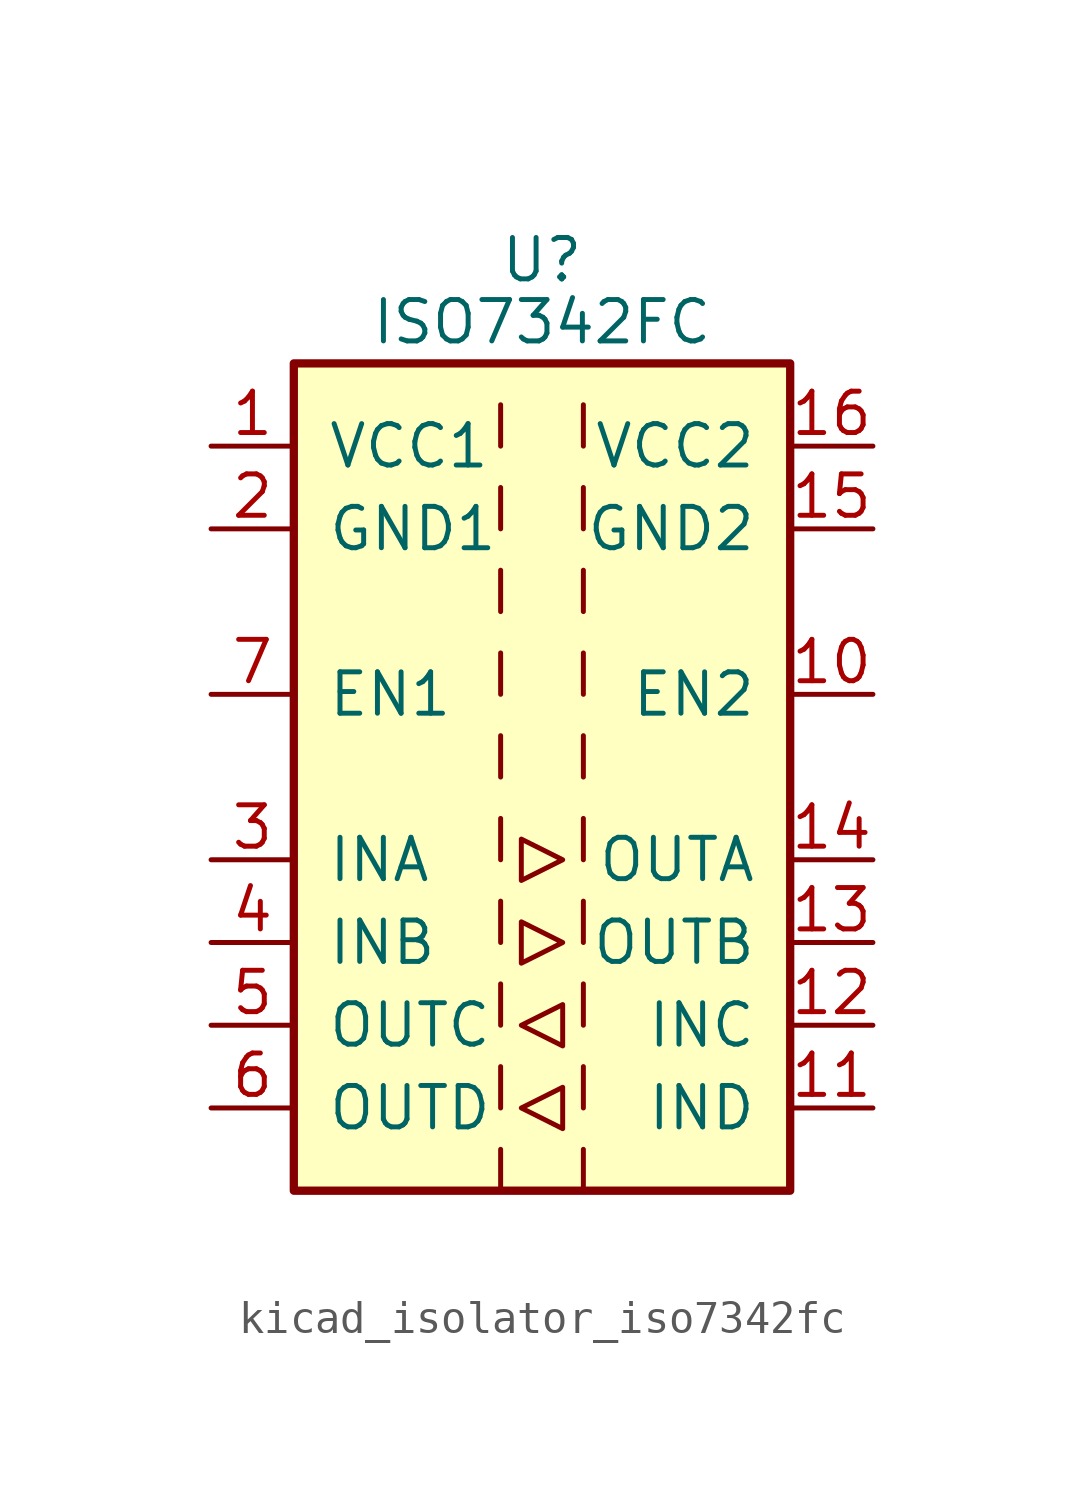
<source format=kicad_sym>
(kicad_symbol_lib
  (version 20220914)
  (generator kicad_symbol_editor)
  (symbol "kicad_isolator_iso7342fc"
    (pin_names
      (offset 1.016))
    (property "Reference" "U"
      (at 0 15.875 0)
      (effects (font (size 1.27 1.27))))
    (property "Value" "ISO7342FC"
      (at 0 13.97 0)
      (effects (font (size 1.27 1.27))))
    (symbol "kicad_isolator_iso7342fc_0_1"
      (rectangle (start -7.62 12.7) (end 7.62 -12.7) (stroke (width 0.254) (type default)) (fill (type background)))
      (polyline (pts (xy -1.27 -11.43) (xy -1.27 -12.7)) (stroke (width 0) (type default)) (fill (type none)))
      (polyline (pts (xy -1.27 -8.89) (xy -1.27 -10.16)) (stroke (width 0) (type default)) (fill (type none)))
      (polyline (pts (xy -1.27 -6.35) (xy -1.27 -7.62)) (stroke (width 0) (type default)) (fill (type none)))
      (polyline (pts (xy -1.27 -3.81) (xy -1.27 -5.08)) (stroke (width 0) (type default)) (fill (type none)))
      (polyline (pts (xy -1.27 -1.27) (xy -1.27 -2.54)) (stroke (width 0) (type default)) (fill (type none)))
      (polyline (pts (xy -1.27 1.27) (xy -1.27 0)) (stroke (width 0) (type default)) (fill (type none)))
      (polyline (pts (xy -1.27 3.81) (xy -1.27 2.54)) (stroke (width 0) (type default)) (fill (type none)))
      (polyline (pts (xy -1.27 6.35) (xy -1.27 5.08)) (stroke (width 0) (type default)) (fill (type none)))
      (polyline (pts (xy -1.27 8.89) (xy -1.27 7.62)) (stroke (width 0) (type default)) (fill (type none)))
      (polyline (pts (xy -1.27 11.43) (xy -1.27 10.16)) (stroke (width 0) (type default)) (fill (type none)))
      (polyline (pts (xy 1.27 -11.43) (xy 1.27 -12.7)) (stroke (width 0) (type default)) (fill (type none)))
      (polyline (pts (xy 1.27 -8.89) (xy 1.27 -10.16)) (stroke (width 0) (type default)) (fill (type none)))
      (polyline (pts (xy 1.27 -6.35) (xy 1.27 -7.62)) (stroke (width 0) (type default)) (fill (type none)))
      (polyline (pts (xy 1.27 -3.81) (xy 1.27 -5.08)) (stroke (width 0) (type default)) (fill (type none)))
      (polyline (pts (xy 1.27 -1.27) (xy 1.27 -2.54)) (stroke (width 0) (type default)) (fill (type none)))
      (polyline (pts (xy 1.27 1.27) (xy 1.27 0)) (stroke (width 0) (type default)) (fill (type none)))
      (polyline (pts (xy 1.27 3.81) (xy 1.27 2.54)) (stroke (width 0) (type default)) (fill (type none)))
      (polyline (pts (xy 1.27 6.35) (xy 1.27 5.08)) (stroke (width 0) (type default)) (fill (type none)))
      (polyline (pts (xy 1.27 8.89) (xy 1.27 7.62)) (stroke (width 0) (type default)) (fill (type none)))
      (polyline (pts (xy 1.27 11.43) (xy 1.27 10.16)) (stroke (width 0) (type default)) (fill (type none)))
      (polyline (pts (xy -0.635 -10.16) (xy 0.635 -9.525) (xy 0.635 -10.795) (xy -0.635 -10.16)) (stroke (width 0) (type default)) (fill (type none)))
      (polyline (pts (xy -0.635 -7.62) (xy 0.635 -6.985) (xy 0.635 -8.255) (xy -0.635 -7.62)) (stroke (width 0) (type default)) (fill (type none)))
      (polyline (pts (xy -0.635 -4.445) (xy -0.635 -5.715) (xy 0.635 -5.08) (xy -0.635 -4.445)) (stroke (width 0) (type default)) (fill (type none)))
      (polyline (pts (xy -0.635 -1.905) (xy -0.635 -3.175) (xy 0.635 -2.54) (xy -0.635 -1.905)) (stroke (width 0) (type default)) (fill (type none))))
    (symbol "kicad_isolator_iso7342fc_1_1"
      (pin power_in line (at -10.16 10.16 0) (length 2.54) (name "VCC1" (effects (font (size 1.27 1.27)))) (number "1" (effects (font (size 1.27 1.27)))))
      (pin input line (at 10.16 2.54 180) (length 2.54) (name "EN2" (effects (font (size 1.27 1.27)))) (number "10" (effects (font (size 1.27 1.27)))))
      (pin input line (at 10.16 -10.16 180) (length 2.54) (name "IND" (effects (font (size 1.27 1.27)))) (number "11" (effects (font (size 1.27 1.27)))))
      (pin input line (at 10.16 -7.62 180) (length 2.54) (name "INC" (effects (font (size 1.27 1.27)))) (number "12" (effects (font (size 1.27 1.27)))))
      (pin output line (at 10.16 -5.08 180) (length 2.54) (name "OUTB" (effects (font (size 1.27 1.27)))) (number "13" (effects (font (size 1.27 1.27)))))
      (pin output line (at 10.16 -2.54 180) (length 2.54) (name "OUTA" (effects (font (size 1.27 1.27)))) (number "14" (effects (font (size 1.27 1.27)))))
      (pin power_in line (at 10.16 7.62 180) (length 2.54) (name "GND2" (effects (font (size 1.27 1.27)))) (number "15" (effects (font (size 1.27 1.27)))))
      (pin power_in line (at 10.16 10.16 180) (length 2.54) (name "VCC2" (effects (font (size 1.27 1.27)))) (number "16" (effects (font (size 1.27 1.27)))))
      (pin power_in line (at -10.16 7.62 0) (length 2.54) (name "GND1" (effects (font (size 1.27 1.27)))) (number "2" (effects (font (size 1.27 1.27)))))
      (pin input line (at -10.16 -2.54 0) (length 2.54) (name "INA" (effects (font (size 1.27 1.27)))) (number "3" (effects (font (size 1.27 1.27)))))
      (pin input line (at -10.16 -5.08 0) (length 2.54) (name "INB" (effects (font (size 1.27 1.27)))) (number "4" (effects (font (size 1.27 1.27)))))
      (pin output line (at -10.16 -7.62 0) (length 2.54) (name "OUTC" (effects (font (size 1.27 1.27)))) (number "5" (effects (font (size 1.27 1.27)))))
      (pin output line (at -10.16 -10.16 0) (length 2.54) (name "OUTD" (effects (font (size 1.27 1.27)))) (number "6" (effects (font (size 1.27 1.27)))))
      (pin input line (at -10.16 2.54 0) (length 2.54) (name "EN1" (effects (font (size 1.27 1.27)))) (number "7" (effects (font (size 1.27 1.27)))))
      (pin passive line (at -10.16 7.62 0) (length 2.54) hide (name "GND1" (effects (font (size 1.27 1.27)))) (number "8" (effects (font (size 1.27 1.27)))))
      (pin passive line (at 10.16 7.62 180) (length 2.54) hide (name "GND2" (effects (font (size 1.27 1.27)))) (number "9" (effects (font (size 1.27 1.27))))))))
</source>
